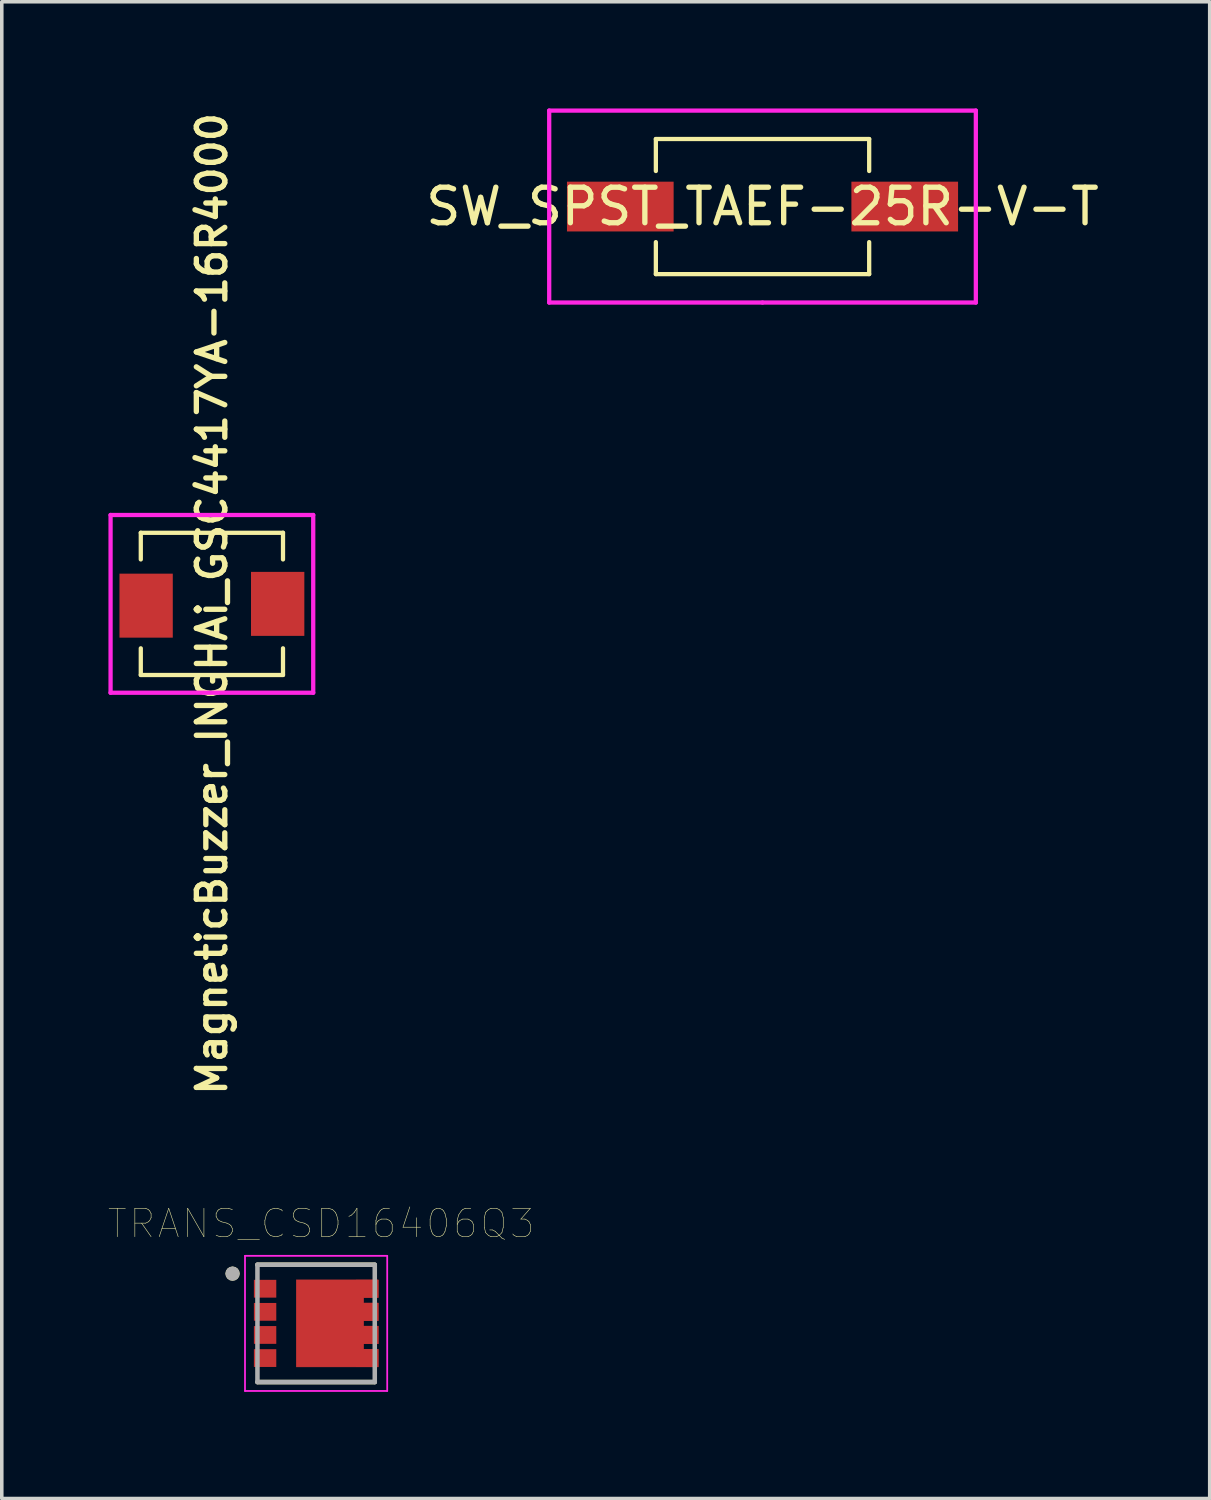
<source format=kicad_pcb>
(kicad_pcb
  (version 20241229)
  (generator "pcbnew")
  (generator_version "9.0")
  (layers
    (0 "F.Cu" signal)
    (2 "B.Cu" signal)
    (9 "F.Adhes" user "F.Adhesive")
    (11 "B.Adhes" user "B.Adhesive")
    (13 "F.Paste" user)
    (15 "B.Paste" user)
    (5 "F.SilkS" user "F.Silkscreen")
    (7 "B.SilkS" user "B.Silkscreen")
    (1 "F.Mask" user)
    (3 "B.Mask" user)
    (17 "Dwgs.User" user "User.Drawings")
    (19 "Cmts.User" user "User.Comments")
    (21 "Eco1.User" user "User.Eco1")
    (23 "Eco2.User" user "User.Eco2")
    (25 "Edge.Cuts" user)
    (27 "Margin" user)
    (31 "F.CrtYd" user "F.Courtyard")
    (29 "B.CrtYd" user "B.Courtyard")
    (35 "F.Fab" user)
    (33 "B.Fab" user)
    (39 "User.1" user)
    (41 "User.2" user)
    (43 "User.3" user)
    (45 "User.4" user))
  (footprint "SW_SPST_TAEF-25R-V-T"
    (layer "F.Cu")
    (at 18.397 2.76)
    (property "Reference" "SW_SPST_TAEF-25R-V-T" (at 0 0 0) (layer "F.SilkS") (effects (font (size 1 1) (thickness 0.15))))
    (attr through_hole)
    (fp_line (start -3 -1.9) (end -3 -1) (stroke (width 0.12) (type solid)) (layer "F.SilkS"))
    (fp_line (start -3 -1.9) (end 3 -1.9) (stroke (width 0.12) (type solid)) (layer "F.SilkS"))
    (fp_line (start -3 1.9) (end -3 1) (stroke (width 0.12) (type solid)) (layer "F.SilkS"))
    (fp_line (start -3 1.9) (end 3 1.9) (stroke (width 0.12) (type solid)) (layer "F.SilkS"))
    (fp_line (start 3 -1.9) (end 3 -1) (stroke (width 0.12) (type solid)) (layer "F.SilkS"))
    (fp_line (start 3 1.9) (end 3 1) (stroke (width 0.12) (type solid)) (layer "F.SilkS"))
    (fp_line (start -6 0) (end -6 -2.7) (stroke (width 0.12) (type solid)) (layer "F.CrtYd"))
    (fp_line (start -6 2.7) (end -6 0) (stroke (width 0.12) (type solid)) (layer "F.CrtYd"))
    (fp_line (start 0 2.7) (end -6 2.7) (stroke (width 0.12) (type solid)) (layer "F.CrtYd"))
    (fp_line (start 0 2.7) (end 6 2.7) (stroke (width 0.12) (type solid)) (layer "F.CrtYd"))
    (fp_line (start 6 -2.7) (end -6 -2.7) (stroke (width 0.12) (type solid)) (layer "F.CrtYd"))
    (fp_line (start 6 0) (end 6 -2.7) (stroke (width 0.12) (type solid)) (layer "F.CrtYd"))
    (fp_line (start 6 2.7) (end 6 0) (stroke (width 0.12) (type solid)) (layer "F.CrtYd"))
    (pad "1" smd rect (at -4 0) (size 3 1.4) (layers "F.Cu" "F.Mask" "F.Paste"))
    (pad "2" smd rect (at 4 0) (size 3 1.4) (layers "F.Cu" "F.Mask" "F.Paste")))
  (footprint "MagneticBuzzer_INGHAi_GSC4417YA-16R4000"
    (layer "F.Cu")
    (at 2.91 13.935)
    (property "Reference" "MagneticBuzzer_INGHAi_GSC4417YA-16R4000" (at 0 0 90) (layer "F.SilkS") (effects (font (size 0.8 0.8) (thickness 0.15))))
    (attr through_hole)
    (fp_line (start -2 -2) (end 2 -2) (stroke (width 0.12) (type solid)) (layer "F.SilkS"))
    (fp_line (start -2 -1.25) (end -2 -2) (stroke (width 0.12) (type solid)) (layer "F.SilkS"))
    (fp_line (start -2 2) (end -2 1.25) (stroke (width 0.12) (type solid)) (layer "F.SilkS"))
    (fp_line (start 2 -2) (end 2 -1.25) (stroke (width 0.12) (type solid)) (layer "F.SilkS"))
    (fp_line (start 2 1.25) (end 2 2) (stroke (width 0.12) (type solid)) (layer "F.SilkS"))
    (fp_line (start 2 2) (end -2 2) (stroke (width 0.12) (type solid)) (layer "F.SilkS"))
    (fp_line (start -2.85 -2.5) (end 2.85 -2.5) (stroke (width 0.12) (type solid)) (layer "F.CrtYd"))
    (fp_line (start -2.85 2.5) (end -2.85 -2.5) (stroke (width 0.12) (type solid)) (layer "F.CrtYd"))
    (fp_line (start 2.85 -2.5) (end 2.85 2.5) (stroke (width 0.12) (type solid)) (layer "F.CrtYd"))
    (fp_line (start 2.85 2.5) (end -2.85 2.5) (stroke (width 0.12) (type solid)) (layer "F.CrtYd"))
    (pad "1" smd rect (at -1.85 0.05) (size 1.5 1.8) (layers "F.Cu" "F.Mask" "F.Paste"))
    (pad "2" smd rect (at 1.85 0 180) (size 1.5 1.8) (layers "F.Cu" "F.Mask" "F.Paste")))
  (footprint "TRANS_CSD16406Q3"
    (layer "F.Cu")
    (at 5.841 34.173)
    (property "Reference" "TRANS_CSD16406Q3" (at 0.14 -2.808 0) (layer "F.SilkS") (effects (font (size 0.8 0.8) (thickness 0.015))))
    (attr through_hole)
    (fp_poly (pts (xy 1.75 -1.225) (xy 1.75 -0.725) (xy 1.34 -0.725) (xy 1.34 -0.575) (xy 1.75 -0.575) (xy 1.75 -0.075) (xy 1.34 -0.075) (xy 1.34 0.075) (xy 1.75 0.075) (xy 1.75 0.575) (xy 1.34 0.575) (xy 1.34 0.725) (xy 1.75 0.725) (xy 1.75 1.225) (xy -0.56 1.225) (xy -0.56 -1.225)) (stroke (width 0.01) (type solid)) (fill yes) (layer "F.Cu"))
    (fp_poly (pts (xy -0.66 -1.325) (xy 1.85 -1.325) (xy 1.85 1.325) (xy -0.66 1.325)) (stroke (width 0.01) (type solid)) (fill yes) (layer "F.Mask"))
    (fp_line (start -1.65 -1.65) (end 1.65 -1.65) (stroke (width 0.127) (type solid)) (layer "F.SilkS"))
    (fp_line (start -1.65 1.65) (end 1.65 1.65) (stroke (width 0.127) (type solid)) (layer "F.SilkS"))
    (fp_circle (center -2.35 -1.4) (end -2.25 -1.4) (stroke (width 0.2) (type solid)) (fill no) (layer "F.SilkS"))
    (fp_poly (pts (xy -1.66 -1.145) (xy -1.21 -1.145) (xy -1.21 -0.805) (xy -1.66 -0.805)) (stroke (width 0.01) (type solid)) (fill yes) (layer "F.Paste"))
    (fp_poly (pts (xy -1.66 -0.495) (xy -1.21 -0.495) (xy -1.21 -0.155) (xy -1.66 -0.155)) (stroke (width 0.01) (type solid)) (fill yes) (layer "F.Paste"))
    (fp_poly (pts (xy -1.66 0.155) (xy -1.21 0.155) (xy -1.21 0.495) (xy -1.66 0.495)) (stroke (width 0.01) (type solid)) (fill yes) (layer "F.Paste"))
    (fp_poly (pts (xy -1.66 0.805) (xy -1.21 0.805) (xy -1.21 1.145) (xy -1.66 1.145)) (stroke (width 0.01) (type solid)) (fill yes) (layer "F.Paste"))
    (fp_poly (pts (xy -0.46 -1.145) (xy 0.985 -1.145) (xy 0.985 -0.125) (xy -0.46 -0.125)) (stroke (width 0.01) (type solid)) (fill yes) (layer "F.Paste"))
    (fp_poly (pts (xy -0.46 0.125) (xy 0.985 0.125) (xy 0.985 1.145) (xy -0.46 1.145)) (stroke (width 0.01) (type solid)) (fill yes) (layer "F.Paste"))
    (fp_poly (pts (xy 1.21 -1.145) (xy 1.66 -1.145) (xy 1.66 -0.805) (xy 1.21 -0.805)) (stroke (width 0.01) (type solid)) (fill yes) (layer "F.Paste"))
    (fp_poly (pts (xy 1.21 -0.495) (xy 1.66 -0.495) (xy 1.66 -0.155) (xy 1.21 -0.155)) (stroke (width 0.01) (type solid)) (fill yes) (layer "F.Paste"))
    (fp_poly (pts (xy 1.21 0.155) (xy 1.66 0.155) (xy 1.66 0.495) (xy 1.21 0.495)) (stroke (width 0.01) (type solid)) (fill yes) (layer "F.Paste"))
    (fp_poly (pts (xy 1.21 0.805) (xy 1.66 0.805) (xy 1.66 1.145) (xy 1.21 1.145)) (stroke (width 0.01) (type solid)) (fill yes) (layer "F.Paste"))
    (fp_line (start -2 -1.9) (end 2 -1.9) (stroke (width 0.05) (type solid)) (layer "F.CrtYd"))
    (fp_line (start -2 1.9) (end -2 -1.9) (stroke (width 0.05) (type solid)) (layer "F.CrtYd"))
    (fp_line (start 2 -1.9) (end 2 1.9) (stroke (width 0.05) (type solid)) (layer "F.CrtYd"))
    (fp_line (start 2 1.9) (end -2 1.9) (stroke (width 0.05) (type solid)) (layer "F.CrtYd"))
    (fp_line (start -1.65 -1.65) (end 1.65 -1.65) (stroke (width 0.127) (type solid)) (layer "F.Fab"))
    (fp_line (start -1.65 1.65) (end -1.65 -1.65) (stroke (width 0.127) (type solid)) (layer "F.Fab"))
    (fp_line (start 1.65 -1.65) (end 1.65 1.65) (stroke (width 0.127) (type solid)) (layer "F.Fab"))
    (fp_line (start 1.65 1.65) (end -1.65 1.65) (stroke (width 0.127) (type solid)) (layer "F.Fab"))
    (fp_circle (center -2.35 -1.4) (end -2.25 -1.4) (stroke (width 0.2) (type solid)) (fill no) (layer "F.Fab"))
    (pad "1" smd rect (at -1.435 -0.975) (size 0.63 0.5) (layers "F.Cu" "F.Mask"))
    (pad "2" smd rect (at -1.435 -0.325) (size 0.63 0.5) (layers "F.Cu" "F.Mask"))
    (pad "3" smd rect (at -1.435 0.325) (size 0.63 0.5) (layers "F.Cu" "F.Mask"))
    (pad "4" smd rect (at -1.435 0.975) (size 0.63 0.5) (layers "F.Cu" "F.Mask"))
    (pad "5" smd rect (at 1.435 0.975) (size 0.63 0.5) (layers "F.Cu"))
    (pad "6" smd rect (at 1.435 0.325) (size 0.63 0.5) (layers "F.Cu"))
    (pad "7" smd rect (at 1.435 -0.325) (size 0.63 0.5) (layers "F.Cu"))
    (pad "8" smd rect (at 1.435 -0.975) (size 0.63 0.5) (layers "F.Cu")))
  (gr_rect
    (start -3 -3)
    (end 30.975 39.098)
    (stroke (width 0.1) (type default))
    (fill no)
    (layer "Edge.Cuts")))
</source>
